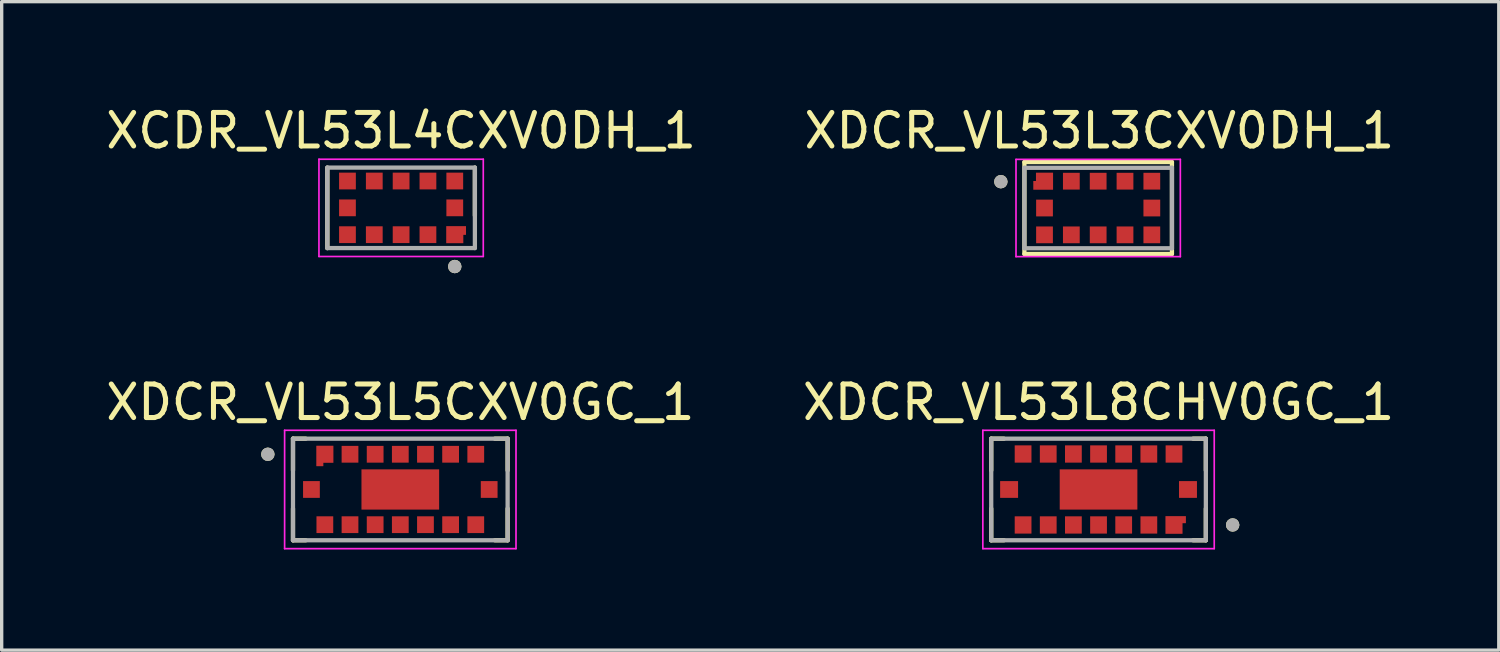
<source format=kicad_pcb>
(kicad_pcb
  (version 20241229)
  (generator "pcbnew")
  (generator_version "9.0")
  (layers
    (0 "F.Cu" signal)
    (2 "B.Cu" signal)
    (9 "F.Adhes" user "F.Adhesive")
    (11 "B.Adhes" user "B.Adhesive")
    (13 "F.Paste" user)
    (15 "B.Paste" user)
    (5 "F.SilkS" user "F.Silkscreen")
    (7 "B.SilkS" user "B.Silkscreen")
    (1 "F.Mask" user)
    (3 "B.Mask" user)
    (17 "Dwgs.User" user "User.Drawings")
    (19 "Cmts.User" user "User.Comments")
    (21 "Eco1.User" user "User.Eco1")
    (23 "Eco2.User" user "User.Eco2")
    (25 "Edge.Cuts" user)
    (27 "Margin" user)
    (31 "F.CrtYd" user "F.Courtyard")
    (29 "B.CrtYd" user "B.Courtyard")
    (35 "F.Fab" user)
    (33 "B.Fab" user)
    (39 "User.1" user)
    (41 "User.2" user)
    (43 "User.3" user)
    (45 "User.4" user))
  (footprint "XDCR_VL53L8CHV0GC_1"
    (layer "F.Cu")
    (at 29.708 11.546)
    (property "Reference" "XDCR_VL53L8CHV0GC_1" (at 0 -2.6 0) (layer "F.SilkS") (effects (font (size 1 1) (thickness 0.15))))
    (attr smd)
    (fp_poly (pts (xy -2.985 -0.3) (xy -2.35 -0.3) (xy -2.35 0.3) (xy -2.985 0.3)) (stroke (width 0.01) (type solid)) (fill yes) (layer "F.Mask"))
    (fp_poly (pts (xy -2.55 -1.365) (xy -1.95 -1.365) (xy -1.95 -0.75) (xy -2.55 -0.75)) (stroke (width 0.01) (type solid)) (fill yes) (layer "F.Mask"))
    (fp_poly (pts (xy -2.55 0.75) (xy -1.95 0.75) (xy -1.95 1.365) (xy -2.55 1.365)) (stroke (width 0.01) (type solid)) (fill yes) (layer "F.Mask"))
    (fp_poly (pts (xy -1.8 -1.365) (xy -1.2 -1.365) (xy -1.2 -0.75) (xy -1.8 -0.75)) (stroke (width 0.01) (type solid)) (fill yes) (layer "F.Mask"))
    (fp_poly (pts (xy -1.8 0.75) (xy -1.2 0.75) (xy -1.2 1.365) (xy -1.8 1.365)) (stroke (width 0.01) (type solid)) (fill yes) (layer "F.Mask"))
    (fp_poly (pts (xy -1.208 -0.65) (xy 1.208 -0.65) (xy 1.208 0.65) (xy -1.208 0.65)) (stroke (width 0.01) (type solid)) (fill yes) (layer "F.Mask"))
    (fp_poly (pts (xy -1.05 -1.365) (xy -0.45 -1.365) (xy -0.45 -0.75) (xy -1.05 -0.75)) (stroke (width 0.01) (type solid)) (fill yes) (layer "F.Mask"))
    (fp_poly (pts (xy -1.05 0.75) (xy -0.45 0.75) (xy -0.45 1.365) (xy -1.05 1.365)) (stroke (width 0.01) (type solid)) (fill yes) (layer "F.Mask"))
    (fp_poly (pts (xy -0.3 -1.365) (xy 0.3 -1.365) (xy 0.3 -0.75) (xy -0.3 -0.75)) (stroke (width 0.01) (type solid)) (fill yes) (layer "F.Mask"))
    (fp_poly (pts (xy -0.3 0.75) (xy 0.3 0.75) (xy 0.3 1.365) (xy -0.3 1.365)) (stroke (width 0.01) (type solid)) (fill yes) (layer "F.Mask"))
    (fp_poly (pts (xy 0.45 -1.365) (xy 1.05 -1.365) (xy 1.05 -0.75) (xy 0.45 -0.75)) (stroke (width 0.01) (type solid)) (fill yes) (layer "F.Mask"))
    (fp_poly (pts (xy 0.45 0.75) (xy 1.05 0.75) (xy 1.05 1.365) (xy 0.45 1.365)) (stroke (width 0.01) (type solid)) (fill yes) (layer "F.Mask"))
    (fp_poly (pts (xy 1.2 -1.365) (xy 1.8 -1.365) (xy 1.8 -0.75) (xy 1.2 -0.75)) (stroke (width 0.01) (type solid)) (fill yes) (layer "F.Mask"))
    (fp_poly (pts (xy 1.2 0.75) (xy 1.8 0.75) (xy 1.8 1.365) (xy 1.2 1.365)) (stroke (width 0.01) (type solid)) (fill yes) (layer "F.Mask"))
    (fp_poly (pts (xy 1.95 -1.365) (xy 2.55 -1.365) (xy 2.55 -0.75) (xy 1.95 -0.75)) (stroke (width 0.01) (type solid)) (fill yes) (layer "F.Mask"))
    (fp_poly (pts (xy 2.35 -0.3) (xy 2.985 -0.3) (xy 2.985 0.3) (xy 2.35 0.3)) (stroke (width 0.01) (type solid)) (fill yes) (layer "F.Mask"))
    (fp_poly (pts (xy 2.65 0.75) (xy 1.95 0.75) (xy 1.95 1.365) (xy 2.55 1.365) (xy 2.55 1.05) (xy 2.65 1.05)) (stroke (width 0.01) (type solid)) (fill yes) (layer "F.Mask"))
    (fp_line (start -3.2 -1.515) (end -2.82 -1.515) (stroke (width 0.127) (type solid)) (layer "F.SilkS"))
    (fp_line (start -3.2 -0.57) (end -3.2 -1.515) (stroke (width 0.127) (type solid)) (layer "F.SilkS"))
    (fp_line (start -3.2 1.515) (end -3.2 0.57) (stroke (width 0.127) (type solid)) (layer "F.SilkS"))
    (fp_line (start -2.82 1.515) (end -3.2 1.515) (stroke (width 0.127) (type solid)) (layer "F.SilkS"))
    (fp_line (start 2.82 -1.515) (end 3.2 -1.515) (stroke (width 0.127) (type solid)) (layer "F.SilkS"))
    (fp_line (start 3.2 -1.515) (end 3.2 -0.57) (stroke (width 0.127) (type solid)) (layer "F.SilkS"))
    (fp_line (start 3.2 1.515) (end 2.82 1.515) (stroke (width 0.127) (type solid)) (layer "F.SilkS"))
    (fp_line (start 3.2 1.515) (end 3.2 0.57) (stroke (width 0.127) (type solid)) (layer "F.SilkS"))
    (fp_circle (center 4 1.058) (end 4.1 1.058) (stroke (width 0.2) (type solid)) (fill no) (layer "F.SilkS"))
    (fp_poly (pts (xy 2.6 0.8) (xy 2 0.8) (xy 2 1.315) (xy 2.5 1.315) (xy 2.5 1) (xy 2.6 1)) (stroke (width 0.01) (type solid)) (fill yes) (layer "F.Paste"))
    (fp_line (start -3.45 -1.765) (end -3.45 1.765) (stroke (width 0.05) (type solid)) (layer "F.CrtYd"))
    (fp_line (start -3.45 1.765) (end 3.45 1.765) (stroke (width 0.05) (type solid)) (layer "F.CrtYd"))
    (fp_line (start 3.45 -1.765) (end -3.45 -1.765) (stroke (width 0.05) (type solid)) (layer "F.CrtYd"))
    (fp_line (start 3.45 1.765) (end 3.45 -1.765) (stroke (width 0.05) (type solid)) (layer "F.CrtYd"))
    (fp_line (start -3.2 -1.515) (end 3.2 -1.515) (stroke (width 0.127) (type solid)) (layer "F.Fab"))
    (fp_line (start -3.2 1.515) (end -3.2 -1.515) (stroke (width 0.127) (type solid)) (layer "F.Fab"))
    (fp_line (start 3.2 -1.515) (end 3.2 1.515) (stroke (width 0.127) (type solid)) (layer "F.Fab"))
    (fp_line (start 3.2 1.515) (end -3.2 1.515) (stroke (width 0.127) (type solid)) (layer "F.Fab"))
    (fp_circle (center 4 1.058) (end 4.1 1.058) (stroke (width 0.2) (type solid)) (fill no) (layer "F.Fab"))
    (pad "A1" smd custom (at 2.25 1.058) (size 0.25 0.25) (layers "F.Cu") (options (anchor rect)) (primitives (gr_poly (pts (xy 0.35 -0.258) (xy -0.25 -0.258) (xy -0.25 0.258) (xy 0.25 0.258) (xy 0.25 -0.058) (xy 0.35 -0.058)) (width 0.01) (fill yes))))
    (pad "A2" smd rect (at 1.5 1.058) (size 0.5 0.515) (layers "F.Cu" "F.Paste"))
    (pad "A3" smd rect (at 0.75 1.058) (size 0.5 0.515) (layers "F.Cu" "F.Paste"))
    (pad "A4" smd rect (at 0 1.058) (size 0.5 0.515) (layers "F.Cu" "F.Paste"))
    (pad "A5" smd rect (at -0.75 1.058) (size 0.5 0.515) (layers "F.Cu" "F.Paste"))
    (pad "A6" smd rect (at -1.5 1.058) (size 0.5 0.515) (layers "F.Cu" "F.Paste"))
    (pad "A7" smd rect (at -2.25 1.058) (size 0.5 0.515) (layers "F.Cu" "F.Paste"))
    (pad "B1" smd rect (at 2.667 0) (size 0.535 0.5) (layers "F.Cu" "F.Paste"))
    (pad "B4" smd rect (at 0 0) (size 2.316 1.2) (layers "F.Cu" "F.Paste"))
    (pad "B7" smd rect (at -2.667 0) (size 0.535 0.5) (layers "F.Cu" "F.Paste"))
    (pad "C1" smd rect (at 2.25 -1.058) (size 0.5 0.515) (layers "F.Cu" "F.Paste"))
    (pad "C2" smd rect (at 1.5 -1.058) (size 0.5 0.515) (layers "F.Cu" "F.Paste"))
    (pad "C3" smd rect (at 0.75 -1.058) (size 0.5 0.515) (layers "F.Cu" "F.Paste"))
    (pad "C4" smd rect (at 0 -1.058) (size 0.5 0.515) (layers "F.Cu" "F.Paste"))
    (pad "C5" smd rect (at -0.75 -1.058) (size 0.5 0.515) (layers "F.Cu" "F.Paste"))
    (pad "C6" smd rect (at -1.5 -1.058) (size 0.5 0.515) (layers "F.Cu" "F.Paste"))
    (pad "C7" smd rect (at -2.25 -1.058) (size 0.5 0.515) (layers "F.Cu" "F.Paste")))
  (footprint "XDCR_VL53L5CXV0GC_1"
    (layer "F.Cu")
    (at 8.887 11.546)
    (property "Reference" "XDCR_VL53L5CXV0GC_1" (at 0 -2.6 0) (layer "F.SilkS") (effects (font (size 1 1) (thickness 0.15))))
    (attr smd)
    (fp_poly (pts (xy -2.2 -0.6) (xy -2.6 -0.6) (xy -2.6 -1.4) (xy -1.9 -1.4) (xy -1.9 -0.7) (xy -2.2 -0.7)) (stroke (width 0.01) (type solid)) (fill yes) (layer "F.Mask"))
    (fp_line (start -3.2 -1.515) (end -2.82 -1.515) (stroke (width 0.127) (type solid)) (layer "F.SilkS"))
    (fp_line (start -3.2 -0.57) (end -3.2 -1.515) (stroke (width 0.127) (type solid)) (layer "F.SilkS"))
    (fp_line (start -3.2 1.515) (end -3.2 0.57) (stroke (width 0.127) (type solid)) (layer "F.SilkS"))
    (fp_line (start -2.82 1.515) (end -3.2 1.515) (stroke (width 0.127) (type solid)) (layer "F.SilkS"))
    (fp_line (start 2.82 -1.515) (end 3.2 -1.515) (stroke (width 0.127) (type solid)) (layer "F.SilkS"))
    (fp_line (start 3.2 -1.515) (end 3.2 -0.57) (stroke (width 0.127) (type solid)) (layer "F.SilkS"))
    (fp_line (start 3.2 1.515) (end 2.82 1.515) (stroke (width 0.127) (type solid)) (layer "F.SilkS"))
    (fp_line (start 3.2 1.515) (end 3.2 0.57) (stroke (width 0.127) (type solid)) (layer "F.SilkS"))
    (fp_circle (center -3.95 -1.05) (end -3.85 -1.05) (stroke (width 0.2) (type solid)) (fill no) (layer "F.SilkS"))
    (fp_poly (pts (xy -2.3 -0.7) (xy -2.5 -0.7) (xy -2.5 -1.3) (xy -2 -1.3) (xy -2 -0.8) (xy -2.3 -0.8)) (stroke (width 0.01) (type solid)) (fill yes) (layer "F.Paste"))
    (fp_line (start -3.45 -1.765) (end -3.45 1.765) (stroke (width 0.05) (type solid)) (layer "F.CrtYd"))
    (fp_line (start -3.45 1.765) (end 3.45 1.765) (stroke (width 0.05) (type solid)) (layer "F.CrtYd"))
    (fp_line (start 3.45 -1.765) (end -3.45 -1.765) (stroke (width 0.05) (type solid)) (layer "F.CrtYd"))
    (fp_line (start 3.45 1.765) (end 3.45 -1.765) (stroke (width 0.05) (type solid)) (layer "F.CrtYd"))
    (fp_line (start -3.2 -1.515) (end 3.2 -1.515) (stroke (width 0.127) (type solid)) (layer "F.Fab"))
    (fp_line (start -3.2 1.515) (end -3.2 -1.515) (stroke (width 0.127) (type solid)) (layer "F.Fab"))
    (fp_line (start 3.2 -1.515) (end 3.2 1.515) (stroke (width 0.127) (type solid)) (layer "F.Fab"))
    (fp_line (start 3.2 1.515) (end -3.2 1.515) (stroke (width 0.127) (type solid)) (layer "F.Fab"))
    (fp_circle (center -3.95 -1.05) (end -3.85 -1.05) (stroke (width 0.2) (type solid)) (fill no) (layer "F.Fab"))
    (pad "A1" smd custom (at -2.25 -1.05) (size 0.3 0.3) (layers "F.Cu") (options (anchor rect)) (primitives (gr_poly (pts (xy -0.05 0.35) (xy -0.25 0.35) (xy -0.25 -0.25) (xy 0.25 -0.25) (xy 0.25 0.25) (xy -0.05 0.25)) (width 0.01) (fill yes))))
    (pad "A2" smd rect (at -1.5 -1.05) (size 0.5 0.5) (layers "F.Cu" "F.Mask" "F.Paste"))
    (pad "A3" smd rect (at -0.75 -1.05) (size 0.5 0.5) (layers "F.Cu" "F.Mask" "F.Paste"))
    (pad "A4" smd rect (at 0 -1.05) (size 0.5 0.5) (layers "F.Cu" "F.Mask" "F.Paste"))
    (pad "A5" smd rect (at 0.75 -1.05) (size 0.5 0.5) (layers "F.Cu" "F.Mask" "F.Paste"))
    (pad "A6" smd rect (at 1.5 -1.05) (size 0.5 0.5) (layers "F.Cu" "F.Mask" "F.Paste"))
    (pad "A7" smd rect (at 2.25 -1.05) (size 0.5 0.5) (layers "F.Cu" "F.Mask" "F.Paste"))
    (pad "B1" smd rect (at -2.65 0) (size 0.5 0.5) (layers "F.Cu" "F.Mask" "F.Paste"))
    (pad "B4" smd rect (at 0 0) (size 2.316 1.2) (layers "F.Cu" "F.Mask" "F.Paste"))
    (pad "B7" smd rect (at 2.65 0) (size 0.5 0.5) (layers "F.Cu" "F.Mask" "F.Paste"))
    (pad "C1" smd rect (at -2.25 1.05) (size 0.5 0.5) (layers "F.Cu" "F.Mask" "F.Paste"))
    (pad "C2" smd rect (at -1.5 1.05) (size 0.5 0.5) (layers "F.Cu" "F.Mask" "F.Paste"))
    (pad "C3" smd rect (at -0.75 1.05) (size 0.5 0.5) (layers "F.Cu" "F.Mask" "F.Paste"))
    (pad "C4" smd rect (at 0 1.05) (size 0.5 0.5) (layers "F.Cu" "F.Mask" "F.Paste"))
    (pad "C5" smd rect (at 0.75 1.05) (size 0.5 0.5) (layers "F.Cu" "F.Mask" "F.Paste"))
    (pad "C6" smd rect (at 1.5 1.05) (size 0.5 0.5) (layers "F.Cu" "F.Mask" "F.Paste"))
    (pad "C7" smd rect (at 2.25 1.05) (size 0.5 0.5) (layers "F.Cu" "F.Mask" "F.Paste")))
  (footprint "XCDR_VL53L4CXV0DH_1"
    (layer "F.Cu")
    (at 8.911 3.148)
    (property "Reference" "XCDR_VL53L4CXV0DH_1" (at 0 -2.3 0) (layer "F.SilkS") (effects (font (size 1 1) (thickness 0.15))))
    (attr smd)
    (fp_poly (pts (xy 2.03 0.45) (xy 1.25 0.45) (xy 1.25 1.15) (xy 1.95 1.15) (xy 1.95 0.9) (xy 2.03 0.9)) (stroke (width 0.01) (type solid)) (fill yes) (layer "F.Mask"))
    (fp_line (start -2.2 1.2) (end -2.2 -1.2) (stroke (width 0.127) (type solid)) (layer "F.SilkS"))
    (fp_line (start 2.2 -1.2) (end 2.2 0.23) (stroke (width 0.127) (type solid)) (layer "F.SilkS"))
    (fp_circle (center 1.6 1.75) (end 1.7 1.75) (stroke (width 0.2) (type solid)) (fill no) (layer "F.SilkS"))
    (fp_poly (pts (xy 1.93 0.55) (xy 1.35 0.55) (xy 1.35 1.05) (xy 1.85 1.05) (xy 1.85 0.8) (xy 1.93 0.8)) (stroke (width 0.01) (type solid)) (fill yes) (layer "F.Paste"))
    (fp_line (start -2.45 -1.45) (end 2.45 -1.45) (stroke (width 0.05) (type solid)) (layer "F.CrtYd"))
    (fp_line (start -2.45 1.45) (end -2.45 -1.45) (stroke (width 0.05) (type solid)) (layer "F.CrtYd"))
    (fp_line (start 2.45 -1.45) (end 2.45 1.45) (stroke (width 0.05) (type solid)) (layer "F.CrtYd"))
    (fp_line (start 2.45 1.45) (end -2.45 1.45) (stroke (width 0.05) (type solid)) (layer "F.CrtYd"))
    (fp_line (start -2.2 -1.2) (end 2.2 -1.2) (stroke (width 0.127) (type solid)) (layer "F.Fab"))
    (fp_line (start -2.2 1.2) (end -2.2 -1.2) (stroke (width 0.127) (type solid)) (layer "F.Fab"))
    (fp_line (start 2.2 -1.2) (end 2.2 1.2) (stroke (width 0.127) (type solid)) (layer "F.Fab"))
    (fp_line (start 2.2 1.2) (end -2.2 1.2) (stroke (width 0.127) (type solid)) (layer "F.Fab"))
    (fp_circle (center 1.6 1.75) (end 1.7 1.75) (stroke (width 0.2) (type solid)) (fill no) (layer "F.Fab"))
    (pad "1" smd custom (at 1.6 0.8) (size 0.25 0.25) (layers "F.Cu") (options (anchor rect)) (primitives (gr_poly (pts (xy 0.33 -0.25) (xy -0.25 -0.25) (xy -0.25 0.25) (xy 0.25 0.25) (xy 0.25 0) (xy 0.33 0)) (width 0.01) (fill yes))))
    (pad "2" smd rect (at 0.8 0.8) (size 0.5 0.5) (layers "F.Cu" "F.Mask" "F.Paste"))
    (pad "3" smd rect (at 0 0.8) (size 0.5 0.5) (layers "F.Cu" "F.Mask" "F.Paste"))
    (pad "4" smd rect (at -0.8 0.8) (size 0.5 0.5) (layers "F.Cu" "F.Mask" "F.Paste"))
    (pad "5" smd rect (at -1.6 0.8) (size 0.5 0.5) (layers "F.Cu" "F.Mask" "F.Paste"))
    (pad "6" smd rect (at -1.6 0) (size 0.5 0.5) (layers "F.Cu" "F.Mask" "F.Paste"))
    (pad "7" smd rect (at -1.6 -0.8) (size 0.5 0.5) (layers "F.Cu" "F.Mask" "F.Paste"))
    (pad "8" smd rect (at -0.8 -0.8) (size 0.5 0.5) (layers "F.Cu" "F.Mask" "F.Paste"))
    (pad "9" smd rect (at 0 -0.8) (size 0.5 0.5) (layers "F.Cu" "F.Mask" "F.Paste"))
    (pad "10" smd rect (at 0.8 -0.8) (size 0.5 0.5) (layers "F.Cu" "F.Mask" "F.Paste"))
    (pad "11" smd rect (at 1.6 -0.8) (size 0.5 0.5) (layers "F.Cu" "F.Mask" "F.Paste"))
    (pad "12" smd rect (at 1.6 0) (size 0.5 0.5) (layers "F.Cu" "F.Mask" "F.Paste")))
  (footprint "XDCR_VL53L3CXV0DH_1"
    (layer "F.Cu")
    (at 29.697 3.153)
    (property "Reference" "XDCR_VL53L3CXV0DH_1" (at 0.035 -2.305 0) (layer "F.SilkS") (effects (font (size 1 1) (thickness 0.15))))
    (attr smd)
    (fp_poly (pts (xy -1.25 -0.45) (xy -1.25 -1.15) (xy -1.95 -1.15) (xy -1.95 -0.9) (xy -2.03 -0.9) (xy -2.03 -0.45)) (stroke (width 0.01) (type solid)) (fill yes) (layer "F.Mask"))
    (fp_line (start -2.2 -1.37) (end -2.2 1.37) (stroke (width 0.127) (type solid)) (layer "F.SilkS"))
    (fp_line (start -2.2 -1.37) (end 2.2 -1.37) (stroke (width 0.127) (type solid)) (layer "F.SilkS"))
    (fp_line (start 2.2 1.37) (end -2.2 1.37) (stroke (width 0.127) (type solid)) (layer "F.SilkS"))
    (fp_line (start 2.2 1.37) (end 2.2 -1.37) (stroke (width 0.127) (type solid)) (layer "F.SilkS"))
    (fp_circle (center -2.902 -0.785) (end -2.802 -0.785) (stroke (width 0.2) (type solid)) (fill no) (layer "F.SilkS"))
    (fp_poly (pts (xy -1.35 -0.55) (xy -1.35 -1.05) (xy -1.85 -1.05) (xy -1.85 -0.8) (xy -1.93 -0.8) (xy -1.93 -0.55)) (stroke (width 0.01) (type solid)) (fill yes) (layer "F.Paste"))
    (fp_line (start -2.45 -1.45) (end 2.45 -1.45) (stroke (width 0.05) (type solid)) (layer "F.CrtYd"))
    (fp_line (start -2.45 1.45) (end -2.45 -1.45) (stroke (width 0.05) (type solid)) (layer "F.CrtYd"))
    (fp_line (start 2.45 -1.45) (end 2.45 1.45) (stroke (width 0.05) (type solid)) (layer "F.CrtYd"))
    (fp_line (start 2.45 1.45) (end -2.45 1.45) (stroke (width 0.05) (type solid)) (layer "F.CrtYd"))
    (fp_line (start -2.2 -1.2) (end 2.2 -1.2) (stroke (width 0.127) (type solid)) (layer "F.Fab"))
    (fp_line (start -2.2 1.2) (end -2.2 -1.2) (stroke (width 0.127) (type solid)) (layer "F.Fab"))
    (fp_line (start 2.2 -1.2) (end 2.2 1.2) (stroke (width 0.127) (type solid)) (layer "F.Fab"))
    (fp_line (start 2.2 1.2) (end -2.2 1.2) (stroke (width 0.127) (type solid)) (layer "F.Fab"))
    (fp_circle (center -2.902 -0.785) (end -2.802 -0.785) (stroke (width 0.2) (type solid)) (fill no) (layer "F.Fab"))
    (pad "1" smd custom (at -1.6 -0.8) (size 0.1 0.1) (layers "F.Cu") (options (anchor rect)) (primitives (gr_poly (pts (xy 0.25 0.25) (xy 0.25 -0.25) (xy -0.25 -0.25) (xy -0.25 0) (xy -0.33 0) (xy -0.33 0.25)) (width 0.01) (fill yes))))
    (pad "2" smd rect (at -0.8 -0.8) (size 0.5 0.5) (layers "F.Cu" "F.Mask" "F.Paste"))
    (pad "3" smd rect (at 0 -0.8) (size 0.5 0.5) (layers "F.Cu" "F.Mask" "F.Paste"))
    (pad "4" smd rect (at 0.8 -0.8) (size 0.5 0.5) (layers "F.Cu" "F.Mask" "F.Paste"))
    (pad "5" smd rect (at 1.6 -0.8) (size 0.5 0.5) (layers "F.Cu" "F.Mask" "F.Paste"))
    (pad "6" smd rect (at 1.6 0) (size 0.5 0.5) (layers "F.Cu" "F.Mask" "F.Paste"))
    (pad "7" smd rect (at 1.6 0.8) (size 0.5 0.5) (layers "F.Cu" "F.Mask" "F.Paste"))
    (pad "8" smd rect (at 0.8 0.8) (size 0.5 0.5) (layers "F.Cu" "F.Mask" "F.Paste"))
    (pad "9" smd rect (at 0 0.8) (size 0.5 0.5) (layers "F.Cu" "F.Mask" "F.Paste"))
    (pad "10" smd rect (at -0.8 0.8) (size 0.5 0.5) (layers "F.Cu" "F.Mask" "F.Paste"))
    (pad "11" smd rect (at -1.6 0.8) (size 0.5 0.5) (layers "F.Cu" "F.Mask" "F.Paste"))
    (pad "12" smd rect (at -1.6 0) (size 0.5 0.5) (layers "F.Cu" "F.Mask" "F.Paste")))
  (gr_rect
    (start -3 -3)
    (end 41.643 16.337)
    (stroke (width 0.1) (type default))
    (fill no)
    (layer "Edge.Cuts")))
</source>
